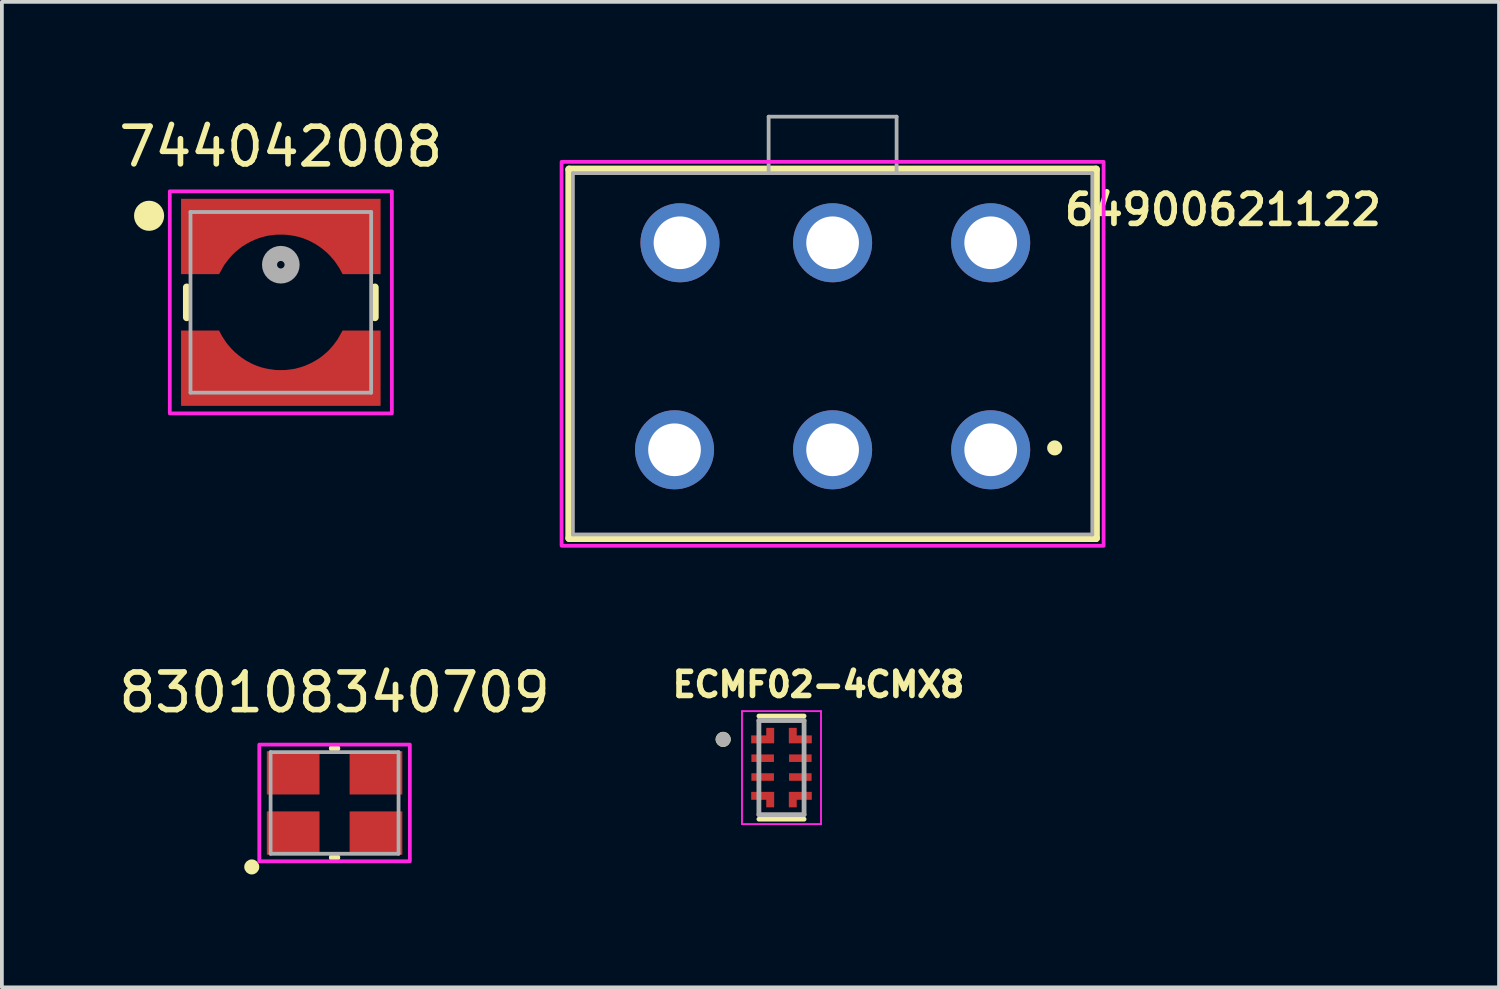
<source format=kicad_pcb>
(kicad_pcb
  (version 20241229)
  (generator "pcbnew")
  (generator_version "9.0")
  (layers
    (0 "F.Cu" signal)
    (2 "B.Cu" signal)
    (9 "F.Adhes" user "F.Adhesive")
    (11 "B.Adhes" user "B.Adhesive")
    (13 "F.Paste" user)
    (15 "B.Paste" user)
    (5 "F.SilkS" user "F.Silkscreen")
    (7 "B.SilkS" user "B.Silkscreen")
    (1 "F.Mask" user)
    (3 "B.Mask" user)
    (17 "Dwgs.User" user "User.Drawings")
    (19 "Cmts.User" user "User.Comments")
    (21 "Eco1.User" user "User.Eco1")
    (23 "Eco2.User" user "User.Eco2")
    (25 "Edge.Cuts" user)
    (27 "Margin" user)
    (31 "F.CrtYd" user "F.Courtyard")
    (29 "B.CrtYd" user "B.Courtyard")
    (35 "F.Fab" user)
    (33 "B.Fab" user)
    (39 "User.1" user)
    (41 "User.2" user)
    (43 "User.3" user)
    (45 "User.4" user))
  (footprint "830108340709"
    (layer "F.Cu")
    (at 5.839 18.283)
    (property "Reference" "830108340709" (at 0 -2.935 0) (layer "F.SilkS") (effects (font (size 1 1) (thickness 0.15))))
    (attr smd)
    (fp_line (start -0.05 -1.45) (end 0.05 -1.45) (stroke (width 0.2) (type solid)) (layer "F.SilkS"))
    (fp_line (start -0.05 1.45) (end 0.05 1.45) (stroke (width 0.2) (type solid)) (layer "F.SilkS"))
    (fp_circle (center -2.2 1.7) (end -2.1 1.7) (stroke (width 0.2) (type solid)) (fill no) (layer "F.SilkS"))
    (fp_poly (pts (xy -2 -1.55) (xy 2 -1.55) (xy 2 1.55) (xy -2 1.55)) (stroke (width 0.1) (type solid)) (fill no) (layer "F.CrtYd"))
    (fp_line (start -1.7 -1.35) (end 1.7 -1.35) (stroke (width 0.1) (type solid)) (layer "F.Fab"))
    (fp_line (start -1.7 1.35) (end -1.7 -1.35) (stroke (width 0.1) (type solid)) (layer "F.Fab"))
    (fp_line (start 1.7 -1.35) (end 1.7 1.35) (stroke (width 0.1) (type solid)) (layer "F.Fab"))
    (fp_line (start 1.7 1.35) (end -1.7 1.35) (stroke (width 0.1) (type solid)) (layer "F.Fab"))
    (pad "1" smd rect (at -1.1 0.8) (size 1.4 1.15) (layers "F.Cu" "F.Mask" "F.Paste"))
    (pad "2" smd rect (at 1.1 0.8) (size 1.4 1.15) (layers "F.Cu" "F.Mask" "F.Paste"))
    (pad "3" smd rect (at 1.1 -0.8) (size 1.4 1.15) (layers "F.Cu" "F.Mask" "F.Paste"))
    (pad "4" smd rect (at -1.1 -0.8) (size 1.4 1.15) (layers "F.Cu" "F.Mask" "F.Paste")))
  (footprint "744042008"
    (layer "F.Cu")
    (at 4.411 4.983)
    (property "Reference" "744042008" (at 0 -4.135 0) (layer "F.SilkS") (effects (font (size 1 1) (thickness 0.15))))
    (attr smd)
    (fp_poly (pts (xy -2.75 2.85) (xy -2.75 0.65) (xy -1.57 0.65) (xy -1.535 0.733) (xy -1.48 0.837) (xy -1.406 0.957) (xy -1.26 1.142) (xy -1.147 1.255) (xy -1.037 1.35) (xy -0.939 1.423) (xy -0.837 1.486) (xy -0.684 1.561) (xy -0.472 1.636) (xy -0.264 1.681) (xy -0.069 1.7) (xy 0.08 1.699) (xy 0.245 1.681) (xy 0.445 1.645) (xy 0.576 1.597) (xy 0.799 1.503) (xy 0.938 1.415) (xy 1.03 1.352) (xy 1.154 1.251) (xy 1.272 1.126) (xy 1.391 0.981) (xy 1.511 0.791) (xy 1.554 0.693) (xy 1.571 0.65) (xy 2.75 0.65) (xy 2.75 2.85)) (stroke (width 0.001) (type solid)) (fill yes) (layer "F.Mask"))
    (fp_poly (pts (xy 2.75 -2.85) (xy 2.75 -0.65) (xy 1.57 -0.65) (xy 1.535 -0.733) (xy 1.48 -0.837) (xy 1.406 -0.957) (xy 1.26 -1.142) (xy 1.147 -1.255) (xy 1.037 -1.35) (xy 0.939 -1.423) (xy 0.837 -1.486) (xy 0.684 -1.561) (xy 0.472 -1.636) (xy 0.264 -1.681) (xy 0.069 -1.7) (xy -0.08 -1.699) (xy -0.245 -1.681) (xy -0.445 -1.645) (xy -0.576 -1.597) (xy -0.799 -1.503) (xy -0.938 -1.415) (xy -1.03 -1.352) (xy -1.154 -1.251) (xy -1.272 -1.126) (xy -1.391 -0.981) (xy -1.511 -0.791) (xy -1.554 -0.693) (xy -1.571 -0.65) (xy -2.75 -0.65) (xy -2.75 -2.85)) (stroke (width 0.001) (type solid)) (fill yes) (layer "F.Mask"))
    (fp_line (start -2.5 -0.4) (end -2.5 0.4) (stroke (width 0.2) (type solid)) (layer "F.SilkS"))
    (fp_line (start 2.5 -0.4) (end 2.5 0.4) (stroke (width 0.2) (type solid)) (layer "F.SilkS"))
    (fp_circle (center -3.5 -2.3) (end -3.3 -2.3) (stroke (width 0.4) (type solid)) (fill no) (layer "F.SilkS"))
    (fp_poly (pts (xy -2.65 -0.75) (xy -1.64 -0.75) (xy -1.503 -0.995) (xy -1.463 -1.045) (xy -1.413 -1.115) (xy -1.363 -1.175) (xy -1.293 -1.255) (xy -1.233 -1.315) (xy -1.163 -1.375) (xy -1.103 -1.425) (xy -1.023 -1.485) (xy -0.942 -1.536) (xy -0.872 -1.576) (xy -0.79 -1.62) (xy -0.643 -1.685) (xy -0.536 -1.721) (xy -0.426 -1.751) (xy -0.423 -1.752) (xy -0.419 -1.753) (xy -0.415 -1.754) (xy -0.412 -1.755) (xy -0.408 -1.756) (xy -0.404 -1.757) (xy -0.4 -1.758) (xy -0.397 -1.759) (xy -0.393 -1.76) (xy -0.389 -1.761) (xy -0.385 -1.762) (xy -0.382 -1.763) (xy -0.378 -1.764) (xy -0.374 -1.765) (xy -0.37 -1.765) (xy -0.366 -1.766) (xy -0.362 -1.767) (xy -0.359 -1.768) (xy -0.355 -1.768) (xy -0.351 -1.769) (xy -0.347 -1.77) (xy -0.343 -1.771) (xy -0.34 -1.771) (xy -0.336 -1.772) (xy -0.332 -1.772) (xy -0.328 -1.773) (xy -0.324 -1.774) (xy -0.32 -1.774) (xy -0.316 -1.775) (xy -0.313 -1.775) (xy -0.218 -1.787) (xy -0.127 -1.798) (xy 0.045 -1.8) (xy 0.141 -1.797) (xy 0.336 -1.77) (xy 0.481 -1.738) (xy 0.613 -1.696) (xy 0.691 -1.664) (xy 0.786 -1.622) (xy 0.858 -1.582) (xy 0.898 -1.562) (xy 0.972 -1.516) (xy 1.033 -1.475) (xy 1.117 -1.412) (xy 1.223 -1.322) (xy 1.31 -1.235) (xy 1.416 -1.113) (xy 1.466 -1.045) (xy 1.524 -0.957) (xy 1.574 -0.877) (xy 1.64 -0.75) (xy 2.65 -0.75) (xy 2.65 -2.75) (xy -2.65 -2.75) (xy -2.65 -0.75)) (stroke (width 0.001) (type solid)) (fill yes) (layer "F.Paste"))
    (fp_poly (pts (xy 2.65 0.75) (xy 1.64 0.75) (xy 1.503 0.995) (xy 1.463 1.045) (xy 1.413 1.115) (xy 1.363 1.175) (xy 1.293 1.255) (xy 1.233 1.315) (xy 1.163 1.375) (xy 1.103 1.425) (xy 1.023 1.485) (xy 0.942 1.536) (xy 0.872 1.576) (xy 0.79 1.62) (xy 0.643 1.685) (xy 0.536 1.721) (xy 0.426 1.751) (xy 0.423 1.752) (xy 0.419 1.753) (xy 0.415 1.754) (xy 0.412 1.755) (xy 0.408 1.756) (xy 0.404 1.757) (xy 0.4 1.758) (xy 0.397 1.759) (xy 0.393 1.76) (xy 0.389 1.761) (xy 0.385 1.762) (xy 0.382 1.763) (xy 0.378 1.764) (xy 0.374 1.765) (xy 0.37 1.765) (xy 0.366 1.766) (xy 0.362 1.767) (xy 0.359 1.768) (xy 0.355 1.768) (xy 0.351 1.769) (xy 0.347 1.77) (xy 0.343 1.771) (xy 0.34 1.771) (xy 0.336 1.772) (xy 0.332 1.772) (xy 0.328 1.773) (xy 0.324 1.774) (xy 0.32 1.774) (xy 0.316 1.775) (xy 0.313 1.775) (xy 0.218 1.787) (xy 0.127 1.798) (xy -0.045 1.8) (xy -0.141 1.797) (xy -0.336 1.77) (xy -0.481 1.738) (xy -0.613 1.696) (xy -0.691 1.664) (xy -0.786 1.622) (xy -0.858 1.582) (xy -0.898 1.562) (xy -0.972 1.516) (xy -1.033 1.475) (xy -1.117 1.412) (xy -1.223 1.322) (xy -1.31 1.235) (xy -1.416 1.113) (xy -1.466 1.045) (xy -1.524 0.957) (xy -1.574 0.877) (xy -1.64 0.75) (xy -2.65 0.75) (xy -2.65 2.75) (xy 2.65 2.75) (xy 2.65 0.75)) (stroke (width 0.001) (type solid)) (fill yes) (layer "F.Paste"))
    (fp_poly (pts (xy 2.95 -2.95) (xy 2.95 2.95) (xy -2.95 2.95) (xy -2.95 -2.95)) (stroke (width 0.1) (type solid)) (fill no) (layer "F.CrtYd"))
    (fp_line (start -2.4 -2.4) (end 2.4 -2.4) (stroke (width 0.1) (type solid)) (layer "F.Fab"))
    (fp_line (start -2.4 2.4) (end -2.4 -2.4) (stroke (width 0.1) (type solid)) (layer "F.Fab"))
    (fp_line (start -2.4 2.4) (end 2.4 2.4) (stroke (width 0.1) (type solid)) (layer "F.Fab"))
    (fp_line (start 2.4 2.4) (end 2.4 -2.4) (stroke (width 0.1) (type solid)) (layer "F.Fab"))
    (fp_circle (center 0 -1) (end 0.1 -1) (stroke (width 0.4) (type solid)) (fill no) (layer "F.Fab"))
    (pad "1" smd custom (at 0 -2.3) (size 5.3 0.8) (layers "F.Cu") (options (anchor rect)) (primitives (gr_poly (pts (xy -2.65 1.55) (xy -1.64 1.55) (xy -1.503 1.305) (xy -1.463 1.255) (xy -1.413 1.185) (xy -1.363 1.125) (xy -1.293 1.045) (xy -1.233 0.985) (xy -1.163 0.925) (xy -1.103 0.875) (xy -1.023 0.815) (xy -0.942 0.764) (xy -0.872 0.724) (xy -0.79 0.68) (xy -0.643 0.615) (xy -0.536 0.579) (xy -0.426 0.549) (xy -0.423 0.548) (xy -0.419 0.547) (xy -0.415 0.546) (xy -0.412 0.545) (xy -0.408 0.544) (xy -0.404 0.543) (xy -0.4 0.542) (xy -0.397 0.541) (xy -0.393 0.54) (xy -0.389 0.539) (xy -0.385 0.538) (xy -0.382 0.537) (xy -0.378 0.536) (xy -0.374 0.535) (xy -0.37 0.535) (xy -0.366 0.534) (xy -0.362 0.533) (xy -0.359 0.532) (xy -0.355 0.532) (xy -0.351 0.531) (xy -0.347 0.53) (xy -0.343 0.529) (xy -0.34 0.529) (xy -0.336 0.528) (xy -0.332 0.528) (xy -0.328 0.527) (xy -0.324 0.526) (xy -0.32 0.526) (xy -0.316 0.525) (xy -0.313 0.525) (xy -0.218 0.513) (xy -0.127 0.502) (xy 0.045 0.5) (xy 0.141 0.503) (xy 0.336 0.53) (xy 0.481 0.562) (xy 0.613 0.604) (xy 0.691 0.636) (xy 0.786 0.678) (xy 0.858 0.718) (xy 0.898 0.738) (xy 0.972 0.784) (xy 1.033 0.825) (xy 1.117 0.888) (xy 1.223 0.978) (xy 1.31 1.065) (xy 1.416 1.187) (xy 1.466 1.255) (xy 1.524 1.343) (xy 1.574 1.423) (xy 1.64 1.55) (xy 2.65 1.55) (xy 2.65 -0.45) (xy -2.65 -0.45) (xy -2.65 1.55)) (width 0.001) (fill yes))))
    (pad "2" smd custom (at 0 2.3) (size 5.3 0.8) (layers "F.Cu") (options (anchor rect)) (primitives (gr_poly (pts (xy 2.65 -1.55) (xy 1.64 -1.55) (xy 1.503 -1.305) (xy 1.463 -1.255) (xy 1.413 -1.185) (xy 1.363 -1.125) (xy 1.293 -1.045) (xy 1.233 -0.985) (xy 1.163 -0.925) (xy 1.103 -0.875) (xy 1.023 -0.815) (xy 0.942 -0.764) (xy 0.872 -0.724) (xy 0.79 -0.68) (xy 0.643 -0.615) (xy 0.536 -0.579) (xy 0.426 -0.549) (xy 0.423 -0.548) (xy 0.419 -0.547) (xy 0.415 -0.546) (xy 0.412 -0.545) (xy 0.408 -0.544) (xy 0.404 -0.543) (xy 0.4 -0.542) (xy 0.397 -0.541) (xy 0.393 -0.54) (xy 0.389 -0.539) (xy 0.385 -0.538) (xy 0.382 -0.537) (xy 0.378 -0.536) (xy 0.374 -0.535) (xy 0.37 -0.535) (xy 0.366 -0.534) (xy 0.362 -0.533) (xy 0.359 -0.532) (xy 0.355 -0.532) (xy 0.351 -0.531) (xy 0.347 -0.53) (xy 0.343 -0.529) (xy 0.34 -0.529) (xy 0.336 -0.528) (xy 0.332 -0.528) (xy 0.328 -0.527) (xy 0.324 -0.526) (xy 0.32 -0.526) (xy 0.316 -0.525) (xy 0.313 -0.525) (xy 0.218 -0.513) (xy 0.127 -0.502) (xy -0.045 -0.5) (xy -0.141 -0.503) (xy -0.336 -0.53) (xy -0.481 -0.562) (xy -0.613 -0.604) (xy -0.691 -0.636) (xy -0.786 -0.678) (xy -0.858 -0.718) (xy -0.898 -0.738) (xy -0.972 -0.784) (xy -1.033 -0.825) (xy -1.117 -0.888) (xy -1.223 -0.978) (xy -1.31 -1.065) (xy -1.416 -1.187) (xy -1.466 -1.255) (xy -1.524 -1.343) (xy -1.574 -1.423) (xy -1.64 -1.55) (xy -2.65 -1.55) (xy -2.65 0.45) (xy 2.65 0.45) (xy 2.65 -1.55)) (width 0.001) (fill yes)))))
  (footprint "64900621122"
    (layer "F.Cu")
    (at 19.071 6.35)
    (property "Reference" "64900621122" (at 10.37 -3.828 0) (layer "F.SilkS") (effects (font (size 0.8 0.8) (thickness 0.15))))
    (attr through_hole)
    (fp_line (start -7 -4.9) (end 7 -4.9) (stroke (width 0.2) (type solid)) (layer "F.SilkS"))
    (fp_line (start -7 4.9) (end -7 -4.9) (stroke (width 0.2) (type solid)) (layer "F.SilkS"))
    (fp_line (start 7 -4.9) (end 7 4.9) (stroke (width 0.2) (type solid)) (layer "F.SilkS"))
    (fp_line (start 7 4.9) (end -7 4.9) (stroke (width 0.2) (type solid)) (layer "F.SilkS"))
    (fp_circle (center 5.9 2.5) (end 6 2.5) (stroke (width 0.2) (type solid)) (fill no) (layer "F.SilkS"))
    (fp_poly (pts (xy -7.2 -5.1) (xy 7.2 -5.1) (xy 7.2 5.1) (xy -7.2 5.1)) (stroke (width 0.1) (type solid)) (fill no) (layer "F.CrtYd"))
    (fp_line (start -6.9 -4.8) (end 6.9 -4.8) (stroke (width 0.1) (type solid)) (layer "F.Fab"))
    (fp_line (start -6.9 4.8) (end -6.9 -4.8) (stroke (width 0.1) (type solid)) (layer "F.Fab"))
    (fp_line (start -1.7 -6.3) (end 1.7 -6.3) (stroke (width 0.1) (type solid)) (layer "F.Fab"))
    (fp_line (start -1.7 -4.8) (end -1.7 -6.3) (stroke (width 0.1) (type solid)) (layer "F.Fab"))
    (fp_line (start 1.7 -6.3) (end 1.7 -4.8) (stroke (width 0.1) (type solid)) (layer "F.Fab"))
    (fp_line (start 6.9 -4.8) (end 6.9 4.8) (stroke (width 0.1) (type solid)) (layer "F.Fab"))
    (fp_line (start 6.9 4.8) (end -6.9 4.8) (stroke (width 0.1) (type solid)) (layer "F.Fab"))
    (pad "1" thru_hole circle (at 4.2 2.55) (size 2.1 2.1) (drill 1.4) (layers "*.Cu" "*.Mask"))
    (pad "2" thru_hole circle (at 0 2.55) (size 2.1 2.1) (drill 1.4) (layers "*.Cu" "*.Mask"))
    (pad "3" thru_hole circle (at -4.2 2.55) (size 2.1 2.1) (drill 1.4) (layers "*.Cu" "*.Mask"))
    (pad "4" thru_hole circle (at 4.2 -2.95) (size 2.1 2.1) (drill 1.4) (layers "*.Cu" "*.Mask"))
    (pad "5" thru_hole circle (at 0 -2.95) (size 2.1 2.1) (drill 1.4) (layers "*.Cu" "*.Mask"))
    (pad "6" thru_hole circle (at -4.055 -2.95) (size 2.1 2.1) (drill 1.4) (layers "*.Cu" "*.Mask")))
  (footprint "ECMF02-4CMX8"
    (layer "F.Cu")
    (at 17.713 17.344)
    (property "Reference" "ECMF02-4CMX8" (at 0.982 -2.206 0) (layer "F.SilkS") (effects (font (size 0.64 0.64) (thickness 0.15))))
    (attr smd)
    (fp_poly (pts (xy -0.9 -0.55) (xy -0.1 -0.55) (xy -0.1 -1.15) (xy -0.5 -1.15) (xy -0.5 -0.95) (xy -0.9 -0.95)) (stroke (width 0.01) (type solid)) (fill yes) (layer "F.Mask"))
    (fp_poly (pts (xy -0.9 0.55) (xy -0.1 0.55) (xy -0.1 1.15) (xy -0.5 1.15) (xy -0.5 0.95) (xy -0.9 0.95)) (stroke (width 0.01) (type solid)) (fill yes) (layer "F.Mask"))
    (fp_poly (pts (xy 0.1 -1.15) (xy 0.1 -0.55) (xy 0.9 -0.55) (xy 0.9 -0.95) (xy 0.5 -0.95) (xy 0.5 -1.15)) (stroke (width 0.01) (type solid)) (fill yes) (layer "F.Mask"))
    (fp_poly (pts (xy 0.1 0.55) (xy 0.1 1.15) (xy 0.5 1.15) (xy 0.5 0.95) (xy 0.9 0.95) (xy 0.9 0.55)) (stroke (width 0.01) (type solid)) (fill yes) (layer "F.Mask"))
    (fp_line (start -0.6 -1.37) (end 0.6 -1.37) (stroke (width 0.127) (type solid)) (layer "F.SilkS"))
    (fp_line (start 0.6 1.37) (end -0.6 1.37) (stroke (width 0.127) (type solid)) (layer "F.SilkS"))
    (fp_circle (center -1.55 -0.75) (end -1.45 -0.75) (stroke (width 0.2) (type solid)) (fill no) (layer "F.SilkS"))
    (fp_poly (pts (xy -0.8 -0.65) (xy -0.2 -0.65) (xy -0.2 -1.05) (xy -0.4 -1.05) (xy -0.4 -0.85) (xy -0.8 -0.85)) (stroke (width 0.01) (type solid)) (fill yes) (layer "F.Paste"))
    (fp_poly (pts (xy -0.8 0.65) (xy -0.2 0.65) (xy -0.2 1.05) (xy -0.4 1.05) (xy -0.4 0.85) (xy -0.8 0.85)) (stroke (width 0.01) (type solid)) (fill yes) (layer "F.Paste"))
    (fp_poly (pts (xy 0.2 -1.05) (xy 0.2 -0.65) (xy 0.8 -0.65) (xy 0.8 -0.85) (xy 0.4 -0.85) (xy 0.4 -1.05)) (stroke (width 0.01) (type solid)) (fill yes) (layer "F.Paste"))
    (fp_poly (pts (xy 0.2 0.65) (xy 0.2 1.05) (xy 0.4 1.05) (xy 0.4 0.85) (xy 0.8 0.85) (xy 0.8 0.65)) (stroke (width 0.01) (type solid)) (fill yes) (layer "F.Paste"))
    (fp_line (start -1.05 -1.5) (end -1.05 1.5) (stroke (width 0.05) (type solid)) (layer "F.CrtYd"))
    (fp_line (start -1.05 1.5) (end 1.05 1.5) (stroke (width 0.05) (type solid)) (layer "F.CrtYd"))
    (fp_line (start 1.05 -1.5) (end -1.05 -1.5) (stroke (width 0.05) (type solid)) (layer "F.CrtYd"))
    (fp_line (start 1.05 1.5) (end 1.05 -1.5) (stroke (width 0.05) (type solid)) (layer "F.CrtYd"))
    (fp_line (start -0.6 -1.25) (end 0.6 -1.25) (stroke (width 0.127) (type solid)) (layer "F.Fab"))
    (fp_line (start -0.6 1.25) (end -0.6 -1.25) (stroke (width 0.127) (type solid)) (layer "F.Fab"))
    (fp_line (start 0.6 -1.25) (end 0.6 1.25) (stroke (width 0.127) (type solid)) (layer "F.Fab"))
    (fp_line (start 0.6 1.25) (end -0.6 1.25) (stroke (width 0.127) (type solid)) (layer "F.Fab"))
    (fp_circle (center -1.55 -0.75) (end -1.45 -0.75) (stroke (width 0.2) (type solid)) (fill no) (layer "F.Fab"))
    (pad "1" smd custom (at -0.5 -0.75) (size 0.1 0.1) (layers "F.Cu") (options (anchor rect)) (primitives (gr_poly (pts (xy -0.3 0.1) (xy 0.3 0.1) (xy 0.3 -0.3) (xy 0.1 -0.3) (xy 0.1 -0.1) (xy -0.3 -0.1)) (width 0.01) (fill yes))))
    (pad "2" smd rect (at -0.5 -0.25) (size 0.6 0.2) (layers "F.Cu" "F.Mask" "F.Paste"))
    (pad "3" smd rect (at -0.5 0.25) (size 0.6 0.2) (layers "F.Cu" "F.Mask" "F.Paste"))
    (pad "4" smd custom (at -0.5 0.75) (size 0.1 0.1) (layers "F.Cu") (options (anchor rect)) (primitives (gr_poly (pts (xy -0.3 -0.1) (xy 0.3 -0.1) (xy 0.3 0.3) (xy 0.1 0.3) (xy 0.1 0.1) (xy -0.3 0.1)) (width 0.01) (fill yes))))
    (pad "5" smd custom (at 0.5 0.75) (size 0.1 0.1) (layers "F.Cu") (options (anchor rect)) (primitives (gr_poly (pts (xy -0.3 -0.1) (xy -0.3 0.3) (xy -0.1 0.3) (xy -0.1 0.1) (xy 0.3 0.1) (xy 0.3 -0.1)) (width 0.01) (fill yes))))
    (pad "6" smd rect (at 0.5 0.25) (size 0.6 0.2) (layers "F.Cu" "F.Mask" "F.Paste"))
    (pad "7" smd rect (at 0.5 -0.25) (size 0.6 0.2) (layers "F.Cu" "F.Mask" "F.Paste"))
    (pad "8" smd custom (at 0.5 -0.75) (size 0.1 0.1) (layers "F.Cu") (options (anchor rect)) (primitives (gr_poly (pts (xy -0.3 -0.3) (xy -0.3 0.1) (xy 0.3 0.1) (xy 0.3 -0.1) (xy -0.1 -0.1) (xy -0.1 -0.3)) (width 0.01) (fill yes)))))
  (gr_rect
    (start -3 -3)
    (end 36.777 23.183)
    (stroke (width 0.1) (type default))
    (fill no)
    (layer "Edge.Cuts")))
</source>
